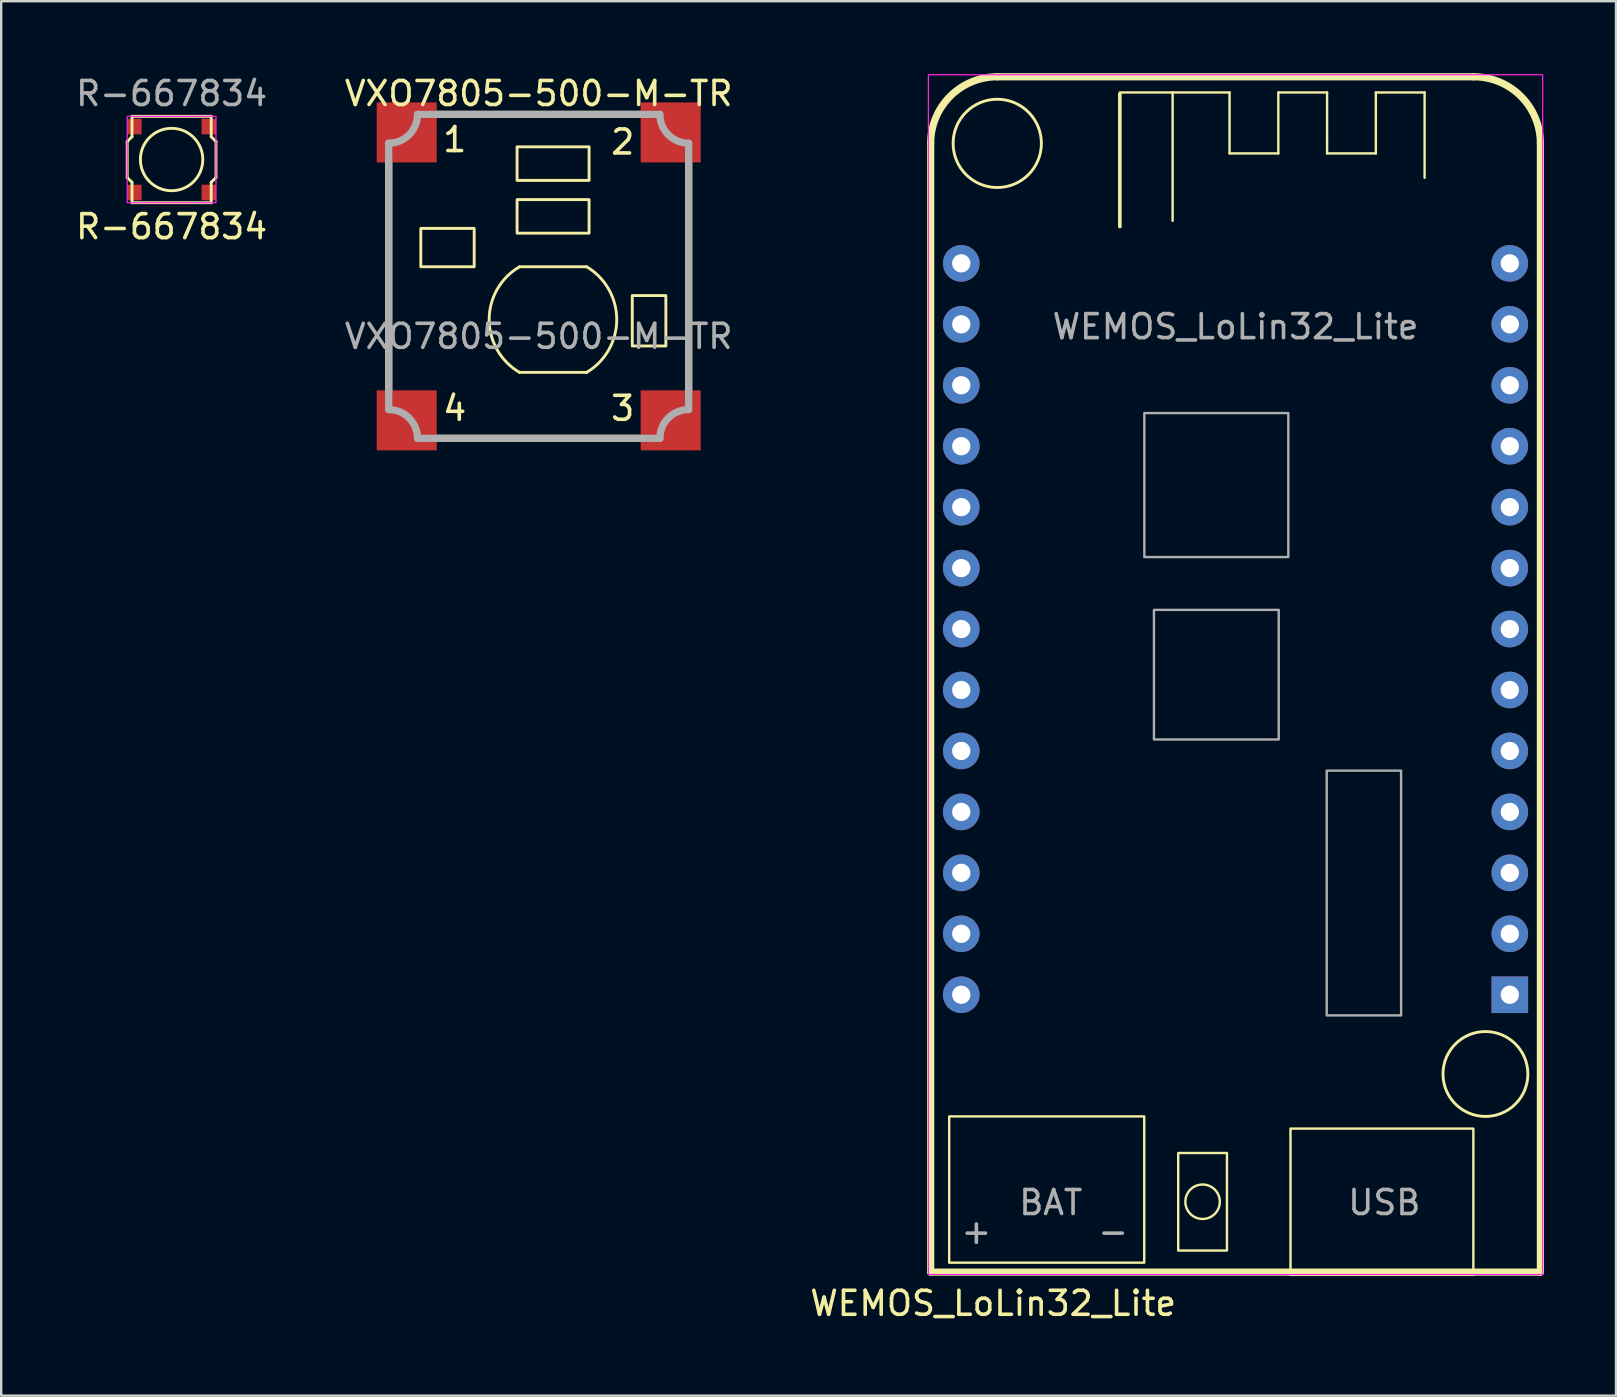
<source format=kicad_pcb>
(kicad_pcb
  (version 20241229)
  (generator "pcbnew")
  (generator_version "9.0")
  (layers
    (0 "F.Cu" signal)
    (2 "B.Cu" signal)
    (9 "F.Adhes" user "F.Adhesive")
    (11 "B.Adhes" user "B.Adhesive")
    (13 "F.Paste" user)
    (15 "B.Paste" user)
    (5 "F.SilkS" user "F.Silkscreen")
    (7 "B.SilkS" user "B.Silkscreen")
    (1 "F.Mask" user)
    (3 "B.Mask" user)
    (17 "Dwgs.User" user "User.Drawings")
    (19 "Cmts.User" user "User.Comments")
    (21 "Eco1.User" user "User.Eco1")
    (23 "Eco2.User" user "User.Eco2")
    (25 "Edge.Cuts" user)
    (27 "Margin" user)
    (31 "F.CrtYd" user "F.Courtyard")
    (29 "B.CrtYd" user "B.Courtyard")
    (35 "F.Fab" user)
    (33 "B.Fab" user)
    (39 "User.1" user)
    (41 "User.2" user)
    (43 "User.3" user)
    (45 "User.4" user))
  (footprint "WEMOS_LoLin32_Lite"
    (layer "F.Cu")
    (at 59.869 38.405)
    (property "Reference" "WEMOS_LoLin32_Lite" (at -21.53 12.86 0) (unlocked yes) (layer "F.SilkS") (effects (font (size 1 1) (thickness 0.15))))
    (attr through_hole)
    (fp_line (start -24.135 11.56) (end -24.135 -35.48) (stroke (width 0.3) (type solid)) (layer "F.SilkS"))
    (fp_line (start -21.36 -38.255) (end -1.5 -38.255) (stroke (width 0.3) (type solid)) (layer "F.SilkS"))
    (fp_line (start -16.251 -37.602) (end -11.679 -37.602) (stroke (width 0.1) (type solid)) (layer "F.SilkS"))
    (fp_line (start -16.251 -32.014) (end -16.251 -37.54) (stroke (width 0.15) (type solid)) (layer "F.SilkS"))
    (fp_line (start -14.052 -32.252) (end -14.052 -37.602) (stroke (width 0.1) (type solid)) (layer "F.SilkS"))
    (fp_line (start -11.679 -37.602) (end -11.679 -35.062) (stroke (width 0.1) (type solid)) (layer "F.SilkS"))
    (fp_line (start -11.679 -35.062) (end -9.647 -35.062) (stroke (width 0.1) (type solid)) (layer "F.SilkS"))
    (fp_line (start -9.647 -37.602) (end -7.615 -37.602) (stroke (width 0.1) (type solid)) (layer "F.SilkS"))
    (fp_line (start -9.647 -35.062) (end -9.647 -37.602) (stroke (width 0.1) (type solid)) (layer "F.SilkS"))
    (fp_line (start -7.615 -37.602) (end -7.615 -35.57) (stroke (width 0.1) (type solid)) (layer "F.SilkS"))
    (fp_line (start -7.615 -35.57) (end -7.615 -35.062) (stroke (width 0.1) (type solid)) (layer "F.SilkS"))
    (fp_line (start -7.615 -35.062) (end -5.583 -35.062) (stroke (width 0.1) (type solid)) (layer "F.SilkS"))
    (fp_line (start -5.583 -37.602) (end -3.551 -37.602) (stroke (width 0.1) (type solid)) (layer "F.SilkS"))
    (fp_line (start -5.583 -35.062) (end -5.583 -37.602) (stroke (width 0.1) (type solid)) (layer "F.SilkS"))
    (fp_line (start -3.551 -37.602) (end -3.551 -34.046) (stroke (width 0.1) (type solid)) (layer "F.SilkS"))
    (fp_line (start 1.275 -35.48) (end 1.275 11.56) (stroke (width 0.3) (type solid)) (layer "F.SilkS"))
    (fp_line (start 1.275 11.56) (end -24.135 11.56) (stroke (width 0.3) (type solid)) (layer "F.SilkS"))
    (fp_rect (start -23.363 11.166) (end -15.235 5.07) (stroke (width 0.1) (type solid)) (fill no) (layer "F.SilkS"))
    (fp_rect (start -13.819 6.594) (end -11.787 10.658) (stroke (width 0.1) (type solid)) (fill no) (layer "F.SilkS"))
    (fp_rect (start -1.519 11.674) (end -9.139 5.578) (stroke (width 0.1) (type solid)) (fill no) (layer "F.SilkS"))
    (fp_arc (start -24.135 -35.48) (mid -23.322221 -37.442221) (end -21.36 -38.255) (stroke (width 0.3) (type solid)) (layer "F.SilkS"))
    (fp_arc (start -1.5 -38.255) (mid 0.462221 -37.442221) (end 1.275 -35.48) (stroke (width 0.3) (type solid)) (layer "F.SilkS"))
    (fp_circle (center -21.36 -35.48) (end -21.59 -33.655) (stroke (width 0.12) (type solid)) (fill no) (layer "F.SilkS"))
    (fp_circle (center -12.803 8.626) (end -12.085 8.626) (stroke (width 0.1) (type solid)) (fill no) (layer "F.SilkS"))
    (fp_circle (center -1.016 3.302) (end -0.381 4.953) (stroke (width 0.12) (type solid)) (fill no) (layer "F.SilkS"))
    (fp_rect (start -24.23 -38.34) (end 1.37 11.66) (stroke (width 0.05) (type solid)) (fill no) (layer "F.CrtYd"))
    (fp_rect (start -15.23 -24.24) (end -9.23 -18.24) (stroke (width 0.1) (type solid)) (fill no) (layer "F.Fab"))
    (fp_rect (start -14.83 -16.04) (end -9.63 -10.64) (stroke (width 0.1) (type solid)) (fill no) (layer "F.Fab"))
    (fp_rect (start -7.63 -9.34) (end -4.53 0.86) (stroke (width 0.1) (type solid)) (fill no) (layer "F.Fab"))
    (fp_text user "${REFERENCE}" (at -11.43 -27.84 0) (unlocked yes) (layer "F.Fab") (effects (font (size 1 1) (thickness 0.15))))
    (fp_text user "USB" (at -5.23 8.66 0) (unlocked yes) (layer "F.Fab") (effects (font (size 1 1) (thickness 0.15))))
    (fp_text user "+" (at -22.23 9.86 0) (unlocked yes) (layer "F.Fab") (effects (font (size 1 1) (thickness 0.15))))
    (fp_text user "-" (at -16.53 9.86 0) (unlocked yes) (layer "F.Fab") (effects (font (size 1 1) (thickness 0.15))))
    (fp_text user "BAT" (at -19.13 8.66 0) (unlocked yes) (layer "F.Fab") (effects (font (size 1 1) (thickness 0.15))))
    (pad "1" thru_hole rect (at 0 0) (size 1.524 1.524) (drill 0.762) (layers "*.Cu" "*.Mask"))
    (pad "2" thru_hole circle (at 0 -2.54) (size 1.524 1.524) (drill 0.762) (layers "*.Cu" "*.Mask"))
    (pad "3" thru_hole circle (at 0 -5.08) (size 1.524 1.524) (drill 0.762) (layers "*.Cu" "*.Mask"))
    (pad "4" thru_hole circle (at 0 -7.62) (size 1.524 1.524) (drill 0.762) (layers "*.Cu" "*.Mask"))
    (pad "5" thru_hole circle (at 0 -10.16) (size 1.524 1.524) (drill 0.762) (layers "*.Cu" "*.Mask"))
    (pad "6" thru_hole circle (at 0 -12.7) (size 1.524 1.524) (drill 0.762) (layers "*.Cu" "*.Mask"))
    (pad "7" thru_hole circle (at 0 -15.24) (size 1.524 1.524) (drill 0.762) (layers "*.Cu" "*.Mask"))
    (pad "8" thru_hole circle (at 0 -17.78) (size 1.524 1.524) (drill 0.762) (layers "*.Cu" "*.Mask"))
    (pad "9" thru_hole circle (at 0 -20.32) (size 1.524 1.524) (drill 0.762) (layers "*.Cu" "*.Mask"))
    (pad "10" thru_hole circle (at 0 -22.86) (size 1.524 1.524) (drill 0.762) (layers "*.Cu" "*.Mask"))
    (pad "11" thru_hole circle (at 0 -25.4) (size 1.524 1.524) (drill 0.762) (layers "*.Cu" "*.Mask"))
    (pad "12" thru_hole circle (at 0 -27.94) (size 1.524 1.524) (drill 0.762) (layers "*.Cu" "*.Mask"))
    (pad "13" thru_hole circle (at 0 -30.48) (size 1.524 1.524) (drill 0.762) (layers "*.Cu" "*.Mask"))
    (pad "14" thru_hole circle (at -22.86 -30.48) (size 1.524 1.524) (drill 0.762) (layers "*.Cu" "*.Mask"))
    (pad "15" thru_hole circle (at -22.86 -27.94) (size 1.524 1.524) (drill 0.762) (layers "*.Cu" "*.Mask"))
    (pad "16" thru_hole circle (at -22.86 -25.4) (size 1.524 1.524) (drill 0.762) (layers "*.Cu" "*.Mask"))
    (pad "17" thru_hole circle (at -22.86 -22.86) (size 1.524 1.524) (drill 0.762) (layers "*.Cu" "*.Mask"))
    (pad "18" thru_hole circle (at -22.86 -20.32) (size 1.524 1.524) (drill 0.762) (layers "*.Cu" "*.Mask"))
    (pad "19" thru_hole circle (at -22.86 -17.78) (size 1.524 1.524) (drill 0.762) (layers "*.Cu" "*.Mask"))
    (pad "20" thru_hole circle (at -22.86 -15.24) (size 1.524 1.524) (drill 0.762) (layers "*.Cu" "*.Mask"))
    (pad "21" thru_hole circle (at -22.86 -12.7) (size 1.524 1.524) (drill 0.762) (layers "*.Cu" "*.Mask"))
    (pad "22" thru_hole circle (at -22.86 -10.16) (size 1.524 1.524) (drill 0.762) (layers "*.Cu" "*.Mask"))
    (pad "23" thru_hole circle (at -22.86 -7.62) (size 1.524 1.524) (drill 0.762) (layers "*.Cu" "*.Mask"))
    (pad "24" thru_hole circle (at -22.86 -5.08) (size 1.524 1.524) (drill 0.762) (layers "*.Cu" "*.Mask"))
    (pad "25" thru_hole circle (at -22.86 -2.54) (size 1.524 1.524) (drill 0.762) (layers "*.Cu" "*.Mask"))
    (pad "26" thru_hole circle (at -22.86 0) (size 1.524 1.524) (drill 0.762) (layers "*.Cu" "*.Mask")))
  (footprint "VXO7805-500-M-TR"
    (layer "F.Cu")
    (at 19.399 8.468)
    (property "Reference" "VXO7805-500-M-TR" (at 0 -7.62 0) (unlocked yes) (layer "F.SilkS") (effects (font (size 1 1) (thickness 0.15))))
    (attr smd)
    (fp_line (start -6.25 -4.75) (end -6.25 4.75) (stroke (width 0.3) (type solid)) (layer "F.SilkS"))
    (fp_line (start -4.25 -6.75) (end 4.25 -6.75) (stroke (width 0.3) (type solid)) (layer "F.SilkS"))
    (fp_line (start -4.25 6.75) (end 4.25 6.75) (stroke (width 0.3) (type solid)) (layer "F.SilkS"))
    (fp_line (start -0.8 -0.4) (end 2 -0.4) (stroke (width 0.12) (type solid)) (layer "F.SilkS"))
    (fp_line (start -0.8 4) (end 2 4) (stroke (width 0.12) (type solid)) (layer "F.SilkS"))
    (fp_line (start 6.25 -4.75) (end 6.25 4.75) (stroke (width 0.3) (type solid)) (layer "F.SilkS"))
    (fp_rect (start -4.912 -2) (end -2.688 -0.4) (stroke (width 0.12) (type solid)) (fill no) (layer "F.SilkS"))
    (fp_rect (start -0.9 -5.4) (end 2.1 -4) (stroke (width 0.12) (type solid)) (fill no) (layer "F.SilkS"))
    (fp_rect (start -0.9 -3.2) (end 2.1 -1.8) (stroke (width 0.12) (type solid)) (fill no) (layer "F.SilkS"))
    (fp_rect (start 3.9 2.9) (end 5.3 0.8) (stroke (width 0.12) (type solid)) (fill no) (layer "F.SilkS"))
    (fp_arc (start -0.8 4) (mid -2.063704 1.8) (end -0.8 -0.4) (stroke (width 0.12) (type solid)) (layer "F.SilkS"))
    (fp_arc (start 2 -0.4) (mid 3.252525 1.8) (end 2 4) (stroke (width 0.12) (type solid)) (layer "F.SilkS"))
    (fp_line (start -6.25 5.55) (end -6.25 -5.55) (stroke (width 0.3) (type solid)) (layer "F.Fab"))
    (fp_line (start -5.05 -6.75) (end 5.05 -6.75) (stroke (width 0.3) (type solid)) (layer "F.Fab"))
    (fp_line (start 5.05 6.75) (end -5.05 6.75) (stroke (width 0.3) (type solid)) (layer "F.Fab"))
    (fp_line (start 6.25 -5.55) (end 6.25 5.55) (stroke (width 0.3) (type solid)) (layer "F.Fab"))
    (fp_arc (start -6.25 5.55) (mid -5.401472 5.901472) (end -5.05 6.75) (stroke (width 0.3) (type solid)) (layer "F.Fab"))
    (fp_arc (start -5.05 -6.75) (mid -5.401472 -5.901472) (end -6.25 -5.55) (stroke (width 0.3) (type solid)) (layer "F.Fab"))
    (fp_arc (start 5.05 6.75) (mid 5.401472 5.901472) (end 6.25 5.55) (stroke (width 0.3) (type solid)) (layer "F.Fab"))
    (fp_arc (start 6.25 -5.55) (mid 5.401472 -5.901472) (end 5.05 -6.75) (stroke (width 0.3) (type solid)) (layer "F.Fab"))
    (fp_text user "4" (at -3.5 5.5 0) (unlocked yes) (layer "F.SilkS") (effects (font (size 1 1) (thickness 0.15))))
    (fp_text user "2" (at 3.5 -5.6 0) (unlocked yes) (layer "F.SilkS") (effects (font (size 1 1) (thickness 0.15))))
    (fp_text user "1" (at -3.5 -5.7 0) (unlocked yes) (layer "F.SilkS") (effects (font (size 1 1) (thickness 0.15))))
    (fp_text user "3" (at 3.5 5.5 0) (unlocked yes) (layer "F.SilkS") (effects (font (size 1 1) (thickness 0.15))))
    (fp_text user "${REFERENCE}" (at 0 2.5 0) (unlocked yes) (layer "F.Fab") (effects (font (size 1 1) (thickness 0.15))))
    (pad "1" smd rect (at -5.5 -6) (size 2.5 2.5) (layers "F.Cu" "F.Mask" "F.Paste"))
    (pad "2" smd rect (at 5.5 -6) (size 2.5 2.5) (layers "F.Cu" "F.Mask" "F.Paste"))
    (pad "3" smd rect (at 5.5 6 180) (size 2.5 2.5) (layers "F.Cu" "F.Mask" "F.Paste"))
    (pad "4" smd rect (at -5.5 6 180) (size 2.5 2.5) (layers "F.Cu" "F.Mask" "F.Paste")))
  (footprint "R-667834"
    (layer "F.Cu")
    (at 4.101 3.598)
    (property "Reference" "R-667834" (at 0 2.8 0) (unlocked yes) (layer "F.SilkS") (effects (font (size 1 1) (thickness 0.15))))
    (attr smd)
    (fp_line (start -1.85 -0.75) (end -1.65 -0.95) (stroke (width 0.12) (type solid)) (layer "F.SilkS"))
    (fp_line (start -1.85 0.75) (end -1.85 -0.75) (stroke (width 0.12) (type solid)) (layer "F.SilkS"))
    (fp_line (start -1.65 -1.8) (end -1.65 -0.95) (stroke (width 0.12) (type solid)) (layer "F.SilkS"))
    (fp_line (start -1.65 0.95) (end -1.85 0.75) (stroke (width 0.12) (type solid)) (layer "F.SilkS"))
    (fp_line (start -1.65 0.95) (end -1.65 1.8) (stroke (width 0.12) (type solid)) (layer "F.SilkS"))
    (fp_line (start -1.65 1.8) (end 1.65 1.8) (stroke (width 0.12) (type solid)) (layer "F.SilkS"))
    (fp_line (start 1.65 -1.8) (end -1.65 -1.8) (stroke (width 0.12) (type solid)) (layer "F.SilkS"))
    (fp_line (start 1.65 -0.95) (end 1.65 -1.8) (stroke (width 0.12) (type solid)) (layer "F.SilkS"))
    (fp_line (start 1.65 -0.95) (end 1.85 -0.75) (stroke (width 0.12) (type solid)) (layer "F.SilkS"))
    (fp_line (start 1.65 1.8) (end 1.65 0.95) (stroke (width 0.12) (type solid)) (layer "F.SilkS"))
    (fp_line (start 1.85 -0.75) (end 1.85 0.75) (stroke (width 0.12) (type solid)) (layer "F.SilkS"))
    (fp_line (start 1.85 0.75) (end 1.65 0.95) (stroke (width 0.12) (type solid)) (layer "F.SilkS"))
    (fp_circle (center 0 0) (end 1.3 0) (stroke (width 0.12) (type solid)) (fill no) (layer "F.SilkS"))
    (fp_rect (start -1.85 -1.8) (end 1.85 1.8) (stroke (width 0.05) (type solid)) (fill no) (layer "F.CrtYd"))
    (fp_text user "${REFERENCE}" (at 0 -2.75 0) (unlocked yes) (layer "F.Fab") (effects (font (size 1 1) (thickness 0.15))))
    (pad "1" smd rect (at -1.55 1.375 180) (size 0.6 0.65) (layers "F.Cu" "F.Mask" "F.Paste"))
    (pad "1" smd rect (at 1.55 1.375 180) (size 0.6 0.65) (layers "F.Cu" "F.Mask" "F.Paste"))
    (pad "2" smd rect (at -1.55 -1.375) (size 0.6 0.65) (layers "F.Cu" "F.Mask" "F.Paste"))
    (pad "2" smd rect (at 1.55 -1.375 180) (size 0.6 0.65) (layers "F.Cu" "F.Mask" "F.Paste")))
  (gr_rect
    (start -3 -3)
    (end 64.294 55.113)
    (stroke (width 0.1) (type default))
    (fill no)
    (layer "Edge.Cuts")))
</source>
